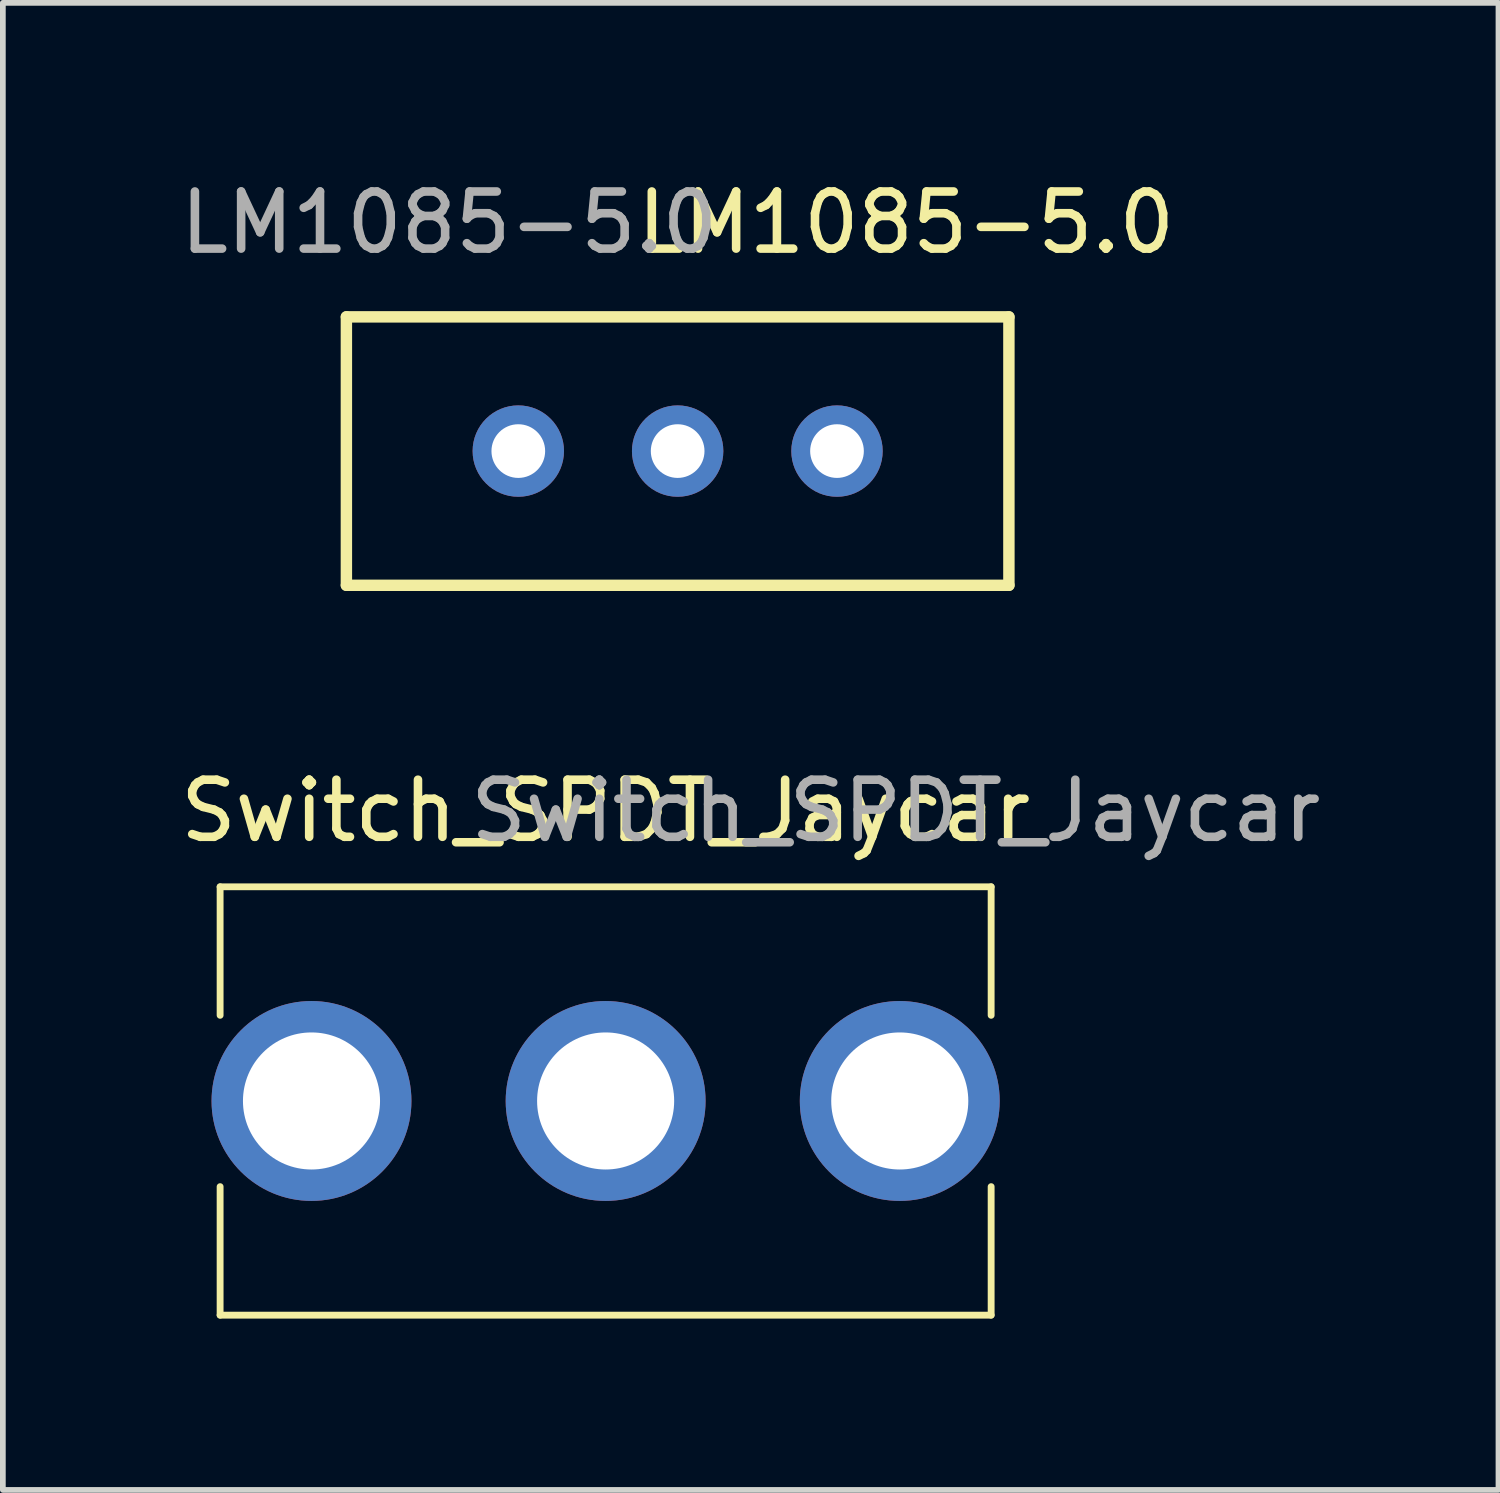
<source format=kicad_pcb>
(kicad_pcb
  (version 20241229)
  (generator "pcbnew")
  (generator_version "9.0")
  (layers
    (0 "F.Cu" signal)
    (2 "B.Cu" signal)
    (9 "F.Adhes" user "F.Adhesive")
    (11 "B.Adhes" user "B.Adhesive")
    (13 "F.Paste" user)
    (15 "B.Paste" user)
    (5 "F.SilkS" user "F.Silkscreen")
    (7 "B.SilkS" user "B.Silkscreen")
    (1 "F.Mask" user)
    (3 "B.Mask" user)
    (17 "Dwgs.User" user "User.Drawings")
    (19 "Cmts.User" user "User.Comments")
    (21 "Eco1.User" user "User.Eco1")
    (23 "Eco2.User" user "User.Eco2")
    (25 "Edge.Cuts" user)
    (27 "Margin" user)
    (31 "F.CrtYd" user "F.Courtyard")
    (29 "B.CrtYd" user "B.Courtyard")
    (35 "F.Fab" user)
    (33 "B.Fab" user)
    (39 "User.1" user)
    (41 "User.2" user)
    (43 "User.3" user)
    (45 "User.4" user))
  (footprint "Switch_SPDT_Jaycar"
    (layer "F.Cu")
    (at 7.554 16.227)
    (property "Reference" "Switch_SPDT_Jaycar" (at 0 -5.08 0) (unlocked yes) (layer "F.SilkS") (effects (font (size 1 1) (thickness 0.15))))
    (attr through_hole)
    (fp_line (start -6.75 -3.75) (end 6.75 -3.75) (stroke (width 0.12) (type solid)) (layer "F.SilkS"))
    (fp_line (start -6.75 -1.5) (end -6.75 -3.75) (stroke (width 0.12) (type solid)) (layer "F.SilkS"))
    (fp_line (start -6.75 3.75) (end -6.75 1.5) (stroke (width 0.12) (type solid)) (layer "F.SilkS"))
    (fp_line (start 6.75 -3.75) (end 6.75 -1.5) (stroke (width 0.12) (type solid)) (layer "F.SilkS"))
    (fp_line (start 6.75 1.5) (end 6.75 3.75) (stroke (width 0.12) (type solid)) (layer "F.SilkS"))
    (fp_line (start 6.75 3.75) (end -6.75 3.75) (stroke (width 0.12) (type solid)) (layer "F.SilkS"))
    (fp_text user "${REFERENCE}" (at 5.08 -5.08 0) (unlocked yes) (layer "F.Fab") (effects (font (size 1 1) (thickness 0.15))))
    (pad "1" thru_hole circle (at -5.15 0) (size 3.5 3.5) (drill 2.4) (layers "*.Cu" "*.Mask"))
    (pad "2" thru_hole circle (at 0 0) (size 3.5 3.5) (drill 2.4) (layers "*.Cu" "*.Mask"))
    (pad "3" thru_hole circle (at 5.15 0) (size 3.5 3.5) (drill 2.4) (layers "*.Cu" "*.Mask")))
  (footprint "LM1085-5.0"
    (layer "F.Cu")
    (at 8.815 4.848)
    (property "Reference" "LM1085-5.0" (at 4 -4 0) (unlocked yes) (layer "F.SilkS") (effects (font (size 1 1) (thickness 0.15))))
    (attr through_hole)
    (fp_line (start -5.8 2.35) (end -5.8 -2.35) (stroke (width 0.2) (type solid)) (layer "F.SilkS"))
    (fp_line (start 5.8 -2.35) (end -5.8 -2.35) (stroke (width 0.2) (type solid)) (layer "F.SilkS"))
    (fp_line (start 5.8 -2.35) (end 5.8 2.35) (stroke (width 0.2) (type solid)) (layer "F.SilkS"))
    (fp_line (start 5.8 2.35) (end -5.8 2.35) (stroke (width 0.2) (type solid)) (layer "F.SilkS"))
    (fp_text user "${REFERENCE}" (at -4 -4 0) (unlocked yes) (layer "F.Fab") (effects (font (size 1 1) (thickness 0.15))))
    (pad "1" thru_hole circle (at -2.79 0) (size 1.6 1.6) (drill 0.94) (layers "*.Cu" "*.Mask"))
    (pad "2" thru_hole circle (at 0 0) (size 1.6 1.6) (drill 0.94) (layers "*.Cu" "*.Mask"))
    (pad "3" thru_hole circle (at 2.79 0) (size 1.6 1.6) (drill 0.94) (layers "*.Cu" "*.Mask")))
  (gr_rect
    (start -3 -3)
    (end 23.187 23.037)
    (stroke (width 0.1) (type default))
    (fill no)
    (layer "Edge.Cuts")))
</source>
